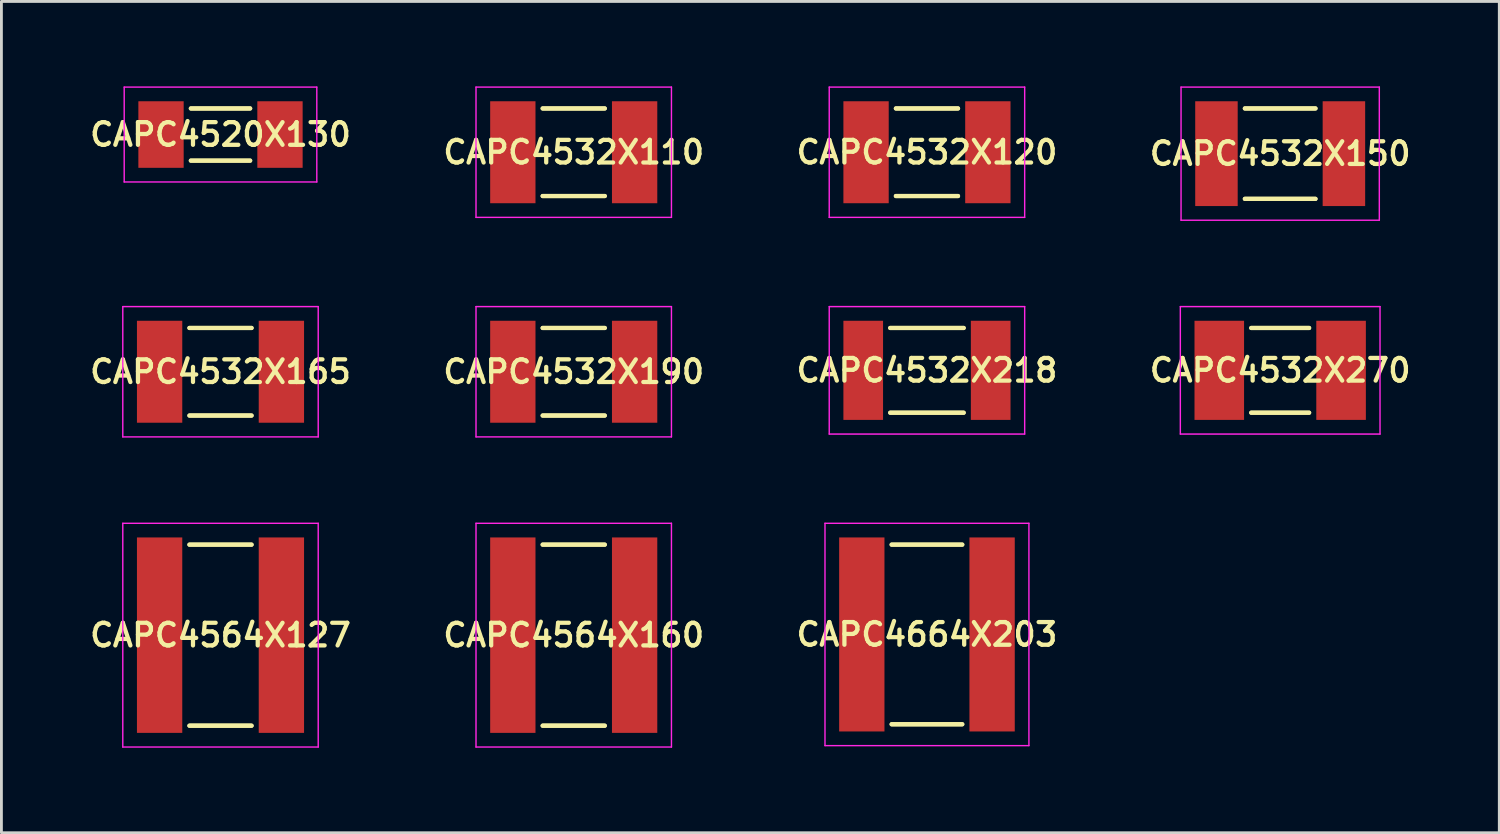
<source format=kicad_pcb>
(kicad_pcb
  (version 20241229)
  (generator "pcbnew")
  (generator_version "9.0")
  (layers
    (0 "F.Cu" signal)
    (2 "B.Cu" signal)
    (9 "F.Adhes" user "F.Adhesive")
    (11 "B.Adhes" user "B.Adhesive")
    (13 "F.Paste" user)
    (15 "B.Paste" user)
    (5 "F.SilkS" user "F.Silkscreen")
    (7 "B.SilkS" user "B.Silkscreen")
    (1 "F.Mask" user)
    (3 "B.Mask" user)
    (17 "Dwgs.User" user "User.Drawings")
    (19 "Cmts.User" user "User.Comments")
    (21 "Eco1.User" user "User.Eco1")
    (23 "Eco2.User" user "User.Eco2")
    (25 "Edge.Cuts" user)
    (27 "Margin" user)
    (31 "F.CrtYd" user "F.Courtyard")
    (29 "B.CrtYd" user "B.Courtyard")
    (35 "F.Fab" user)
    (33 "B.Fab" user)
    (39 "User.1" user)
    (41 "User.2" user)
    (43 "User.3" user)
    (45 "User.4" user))
  (footprint "CAPC4532X190"
    (layer "F.Cu")
    (at 17.206 10.075)
    (property "Reference" "CAPC4532X190" (at 0 0 0) (layer "F.SilkS") (effects (font (size 0.8 0.8) (thickness 0.15))))
    (attr smd)
    (fp_line (start -1.096 -1.546) (end 1.096 -1.546) (stroke (width 0.15) (type solid)) (layer "F.SilkS"))
    (fp_line (start -1.096 1.546) (end 1.096 1.546) (stroke (width 0.15) (type solid)) (layer "F.SilkS"))
    (fp_line (start 1.096 -1.546) (end -1.096 -1.546) (stroke (width 0.15) (type solid)) (layer "F.SilkS"))
    (fp_line (start 1.096 1.546) (end -1.096 1.546) (stroke (width 0.15) (type solid)) (layer "F.SilkS"))
    (fp_line (start -3.45 -2.3) (end 3.45 -2.3) (stroke (width 0.05) (type solid)) (layer "F.CrtYd"))
    (fp_line (start -3.45 2.3) (end -3.45 -2.3) (stroke (width 0.05) (type solid)) (layer "F.CrtYd"))
    (fp_line (start 3.45 -2.3) (end 3.45 2.3) (stroke (width 0.05) (type solid)) (layer "F.CrtYd"))
    (fp_line (start 3.45 2.3) (end -3.45 2.3) (stroke (width 0.05) (type solid)) (layer "F.CrtYd"))
    (pad "1" smd rect (at -2.15 0) (size 1.6 3.6) (layers "F.Cu" "F.Mask" "F.Paste"))
    (pad "2" smd rect (at 2.15 0) (size 1.6 3.6) (layers "F.Cu" "F.Mask" "F.Paste")))
  (footprint "CAPC4520X130"
    (layer "F.Cu")
    (at 4.735 1.7)
    (property "Reference" "CAPC4520X130" (at 0 0 0) (layer "F.SilkS") (effects (font (size 0.8 0.8) (thickness 0.15))))
    (attr smd)
    (fp_line (start -1.046 -0.921) (end 1.046 -0.921) (stroke (width 0.15) (type solid)) (layer "F.SilkS"))
    (fp_line (start -1.046 0.921) (end 1.046 0.921) (stroke (width 0.15) (type solid)) (layer "F.SilkS"))
    (fp_line (start 1.046 -0.921) (end -1.046 -0.921) (stroke (width 0.15) (type solid)) (layer "F.SilkS"))
    (fp_line (start 1.046 0.921) (end -1.046 0.921) (stroke (width 0.15) (type solid)) (layer "F.SilkS"))
    (fp_line (start -3.4 -1.675) (end 3.4 -1.675) (stroke (width 0.05) (type solid)) (layer "F.CrtYd"))
    (fp_line (start -3.4 1.675) (end -3.4 -1.675) (stroke (width 0.05) (type solid)) (layer "F.CrtYd"))
    (fp_line (start 3.4 -1.675) (end 3.4 1.675) (stroke (width 0.05) (type solid)) (layer "F.CrtYd"))
    (fp_line (start 3.4 1.675) (end -3.4 1.675) (stroke (width 0.05) (type solid)) (layer "F.CrtYd"))
    (pad "1" smd rect (at -2.1 0) (size 1.6 2.35) (layers "F.Cu" "F.Mask" "F.Paste"))
    (pad "2" smd rect (at 2.1 0) (size 1.6 2.35) (layers "F.Cu" "F.Mask" "F.Paste")))
  (footprint "CAPC4532X165"
    (layer "F.Cu")
    (at 4.735 10.075)
    (property "Reference" "CAPC4532X165" (at 0 0 0) (layer "F.SilkS") (effects (font (size 0.8 0.8) (thickness 0.15))))
    (attr smd)
    (fp_line (start -1.096 -1.546) (end 1.096 -1.546) (stroke (width 0.15) (type solid)) (layer "F.SilkS"))
    (fp_line (start -1.096 1.546) (end 1.096 1.546) (stroke (width 0.15) (type solid)) (layer "F.SilkS"))
    (fp_line (start 1.096 -1.546) (end -1.096 -1.546) (stroke (width 0.15) (type solid)) (layer "F.SilkS"))
    (fp_line (start 1.096 1.546) (end -1.096 1.546) (stroke (width 0.15) (type solid)) (layer "F.SilkS"))
    (fp_line (start -3.45 -2.3) (end 3.45 -2.3) (stroke (width 0.05) (type solid)) (layer "F.CrtYd"))
    (fp_line (start -3.45 2.3) (end -3.45 -2.3) (stroke (width 0.05) (type solid)) (layer "F.CrtYd"))
    (fp_line (start 3.45 -2.3) (end 3.45 2.3) (stroke (width 0.05) (type solid)) (layer "F.CrtYd"))
    (fp_line (start 3.45 2.3) (end -3.45 2.3) (stroke (width 0.05) (type solid)) (layer "F.CrtYd"))
    (pad "1" smd rect (at -2.15 0) (size 1.6 3.6) (layers "F.Cu" "F.Mask" "F.Paste"))
    (pad "2" smd rect (at 2.15 0) (size 1.6 3.6) (layers "F.Cu" "F.Mask" "F.Paste")))
  (footprint "CAPC4564X160"
    (layer "F.Cu")
    (at 17.206 19.375)
    (property "Reference" "CAPC4564X160" (at 0 0 0) (layer "F.SilkS") (effects (font (size 0.8 0.8) (thickness 0.15))))
    (attr smd)
    (fp_line (start -1.096 -3.196) (end 1.096 -3.196) (stroke (width 0.15) (type solid)) (layer "F.SilkS"))
    (fp_line (start -1.096 3.196) (end 1.096 3.196) (stroke (width 0.15) (type solid)) (layer "F.SilkS"))
    (fp_line (start 1.096 -3.196) (end -1.096 -3.196) (stroke (width 0.15) (type solid)) (layer "F.SilkS"))
    (fp_line (start 1.096 3.196) (end -1.096 3.196) (stroke (width 0.15) (type solid)) (layer "F.SilkS"))
    (fp_line (start -3.45 -3.95) (end 3.45 -3.95) (stroke (width 0.05) (type solid)) (layer "F.CrtYd"))
    (fp_line (start -3.45 3.95) (end -3.45 -3.95) (stroke (width 0.05) (type solid)) (layer "F.CrtYd"))
    (fp_line (start 3.45 -3.95) (end 3.45 3.95) (stroke (width 0.05) (type solid)) (layer "F.CrtYd"))
    (fp_line (start 3.45 3.95) (end -3.45 3.95) (stroke (width 0.05) (type solid)) (layer "F.CrtYd"))
    (pad "1" smd rect (at -2.15 0) (size 1.6 6.9) (layers "F.Cu" "F.Mask" "F.Paste"))
    (pad "2" smd rect (at 2.15 0) (size 1.6 6.9) (layers "F.Cu" "F.Mask" "F.Paste")))
  (footprint "CAPC4532X270"
    (layer "F.Cu")
    (at 42.148 10.025)
    (property "Reference" "CAPC4532X270" (at 0 0 0) (layer "F.SilkS") (effects (font (size 0.8 0.8) (thickness 0.15))))
    (attr smd)
    (fp_line (start -1.021 -1.496) (end 1.021 -1.496) (stroke (width 0.15) (type solid)) (layer "F.SilkS"))
    (fp_line (start -1.021 1.496) (end 1.021 1.496) (stroke (width 0.15) (type solid)) (layer "F.SilkS"))
    (fp_line (start 1.021 -1.496) (end -1.021 -1.496) (stroke (width 0.15) (type solid)) (layer "F.SilkS"))
    (fp_line (start 1.021 1.496) (end -1.021 1.496) (stroke (width 0.15) (type solid)) (layer "F.SilkS"))
    (fp_line (start -3.525 -2.25) (end 3.525 -2.25) (stroke (width 0.05) (type solid)) (layer "F.CrtYd"))
    (fp_line (start -3.525 2.25) (end -3.525 -2.25) (stroke (width 0.05) (type solid)) (layer "F.CrtYd"))
    (fp_line (start 3.525 -2.25) (end 3.525 2.25) (stroke (width 0.05) (type solid)) (layer "F.CrtYd"))
    (fp_line (start 3.525 2.25) (end -3.525 2.25) (stroke (width 0.05) (type solid)) (layer "F.CrtYd"))
    (pad "1" smd rect (at -2.15 0) (size 1.75 3.5) (layers "F.Cu" "F.Mask" "F.Paste"))
    (pad "2" smd rect (at 2.15 0) (size 1.75 3.5) (layers "F.Cu" "F.Mask" "F.Paste")))
  (footprint "CAPC4532X110"
    (layer "F.Cu")
    (at 17.206 2.325)
    (property "Reference" "CAPC4532X110" (at 0 0 0) (layer "F.SilkS") (effects (font (size 0.8 0.8) (thickness 0.15))))
    (attr smd)
    (fp_line (start -1.096 -1.546) (end 1.096 -1.546) (stroke (width 0.15) (type solid)) (layer "F.SilkS"))
    (fp_line (start -1.096 1.546) (end 1.096 1.546) (stroke (width 0.15) (type solid)) (layer "F.SilkS"))
    (fp_line (start 1.096 -1.546) (end -1.096 -1.546) (stroke (width 0.15) (type solid)) (layer "F.SilkS"))
    (fp_line (start 1.096 1.546) (end -1.096 1.546) (stroke (width 0.15) (type solid)) (layer "F.SilkS"))
    (fp_line (start -3.45 -2.3) (end 3.45 -2.3) (stroke (width 0.05) (type solid)) (layer "F.CrtYd"))
    (fp_line (start -3.45 2.3) (end -3.45 -2.3) (stroke (width 0.05) (type solid)) (layer "F.CrtYd"))
    (fp_line (start 3.45 -2.3) (end 3.45 2.3) (stroke (width 0.05) (type solid)) (layer "F.CrtYd"))
    (fp_line (start 3.45 2.3) (end -3.45 2.3) (stroke (width 0.05) (type solid)) (layer "F.CrtYd"))
    (pad "1" smd rect (at -2.15 0) (size 1.6 3.6) (layers "F.Cu" "F.Mask" "F.Paste"))
    (pad "2" smd rect (at 2.15 0) (size 1.6 3.6) (layers "F.Cu" "F.Mask" "F.Paste")))
  (footprint "CAPC4532X218"
    (layer "F.Cu")
    (at 29.677 10.025)
    (property "Reference" "CAPC4532X218" (at 0 0 0) (layer "F.SilkS") (effects (font (size 0.8 0.8) (thickness 0.15))))
    (attr smd)
    (fp_line (start -1.296 -1.496) (end 1.296 -1.496) (stroke (width 0.15) (type solid)) (layer "F.SilkS"))
    (fp_line (start -1.296 1.496) (end 1.296 1.496) (stroke (width 0.15) (type solid)) (layer "F.SilkS"))
    (fp_line (start 1.296 -1.496) (end -1.296 -1.496) (stroke (width 0.15) (type solid)) (layer "F.SilkS"))
    (fp_line (start 1.296 1.496) (end -1.296 1.496) (stroke (width 0.15) (type solid)) (layer "F.SilkS"))
    (fp_line (start -3.45 -2.25) (end 3.45 -2.25) (stroke (width 0.05) (type solid)) (layer "F.CrtYd"))
    (fp_line (start -3.45 2.25) (end -3.45 -2.25) (stroke (width 0.05) (type solid)) (layer "F.CrtYd"))
    (fp_line (start 3.45 -2.25) (end 3.45 2.25) (stroke (width 0.05) (type solid)) (layer "F.CrtYd"))
    (fp_line (start 3.45 2.25) (end -3.45 2.25) (stroke (width 0.05) (type solid)) (layer "F.CrtYd"))
    (pad "1" smd rect (at -2.25 0) (size 1.4 3.5) (layers "F.Cu" "F.Mask" "F.Paste"))
    (pad "2" smd rect (at 2.25 0) (size 1.4 3.5) (layers "F.Cu" "F.Mask" "F.Paste")))
  (footprint "CAPC4532X150"
    (layer "F.Cu")
    (at 42.148 2.375)
    (property "Reference" "CAPC4532X150" (at 0 0 0) (layer "F.SilkS") (effects (font (size 0.8 0.8) (thickness 0.15))))
    (attr smd)
    (fp_line (start -1.246 -1.596) (end 1.246 -1.596) (stroke (width 0.15) (type solid)) (layer "F.SilkS"))
    (fp_line (start -1.246 1.596) (end 1.246 1.596) (stroke (width 0.15) (type solid)) (layer "F.SilkS"))
    (fp_line (start 1.246 -1.596) (end -1.246 -1.596) (stroke (width 0.15) (type solid)) (layer "F.SilkS"))
    (fp_line (start 1.246 1.596) (end -1.246 1.596) (stroke (width 0.15) (type solid)) (layer "F.SilkS"))
    (fp_line (start -3.5 -2.35) (end 3.5 -2.35) (stroke (width 0.05) (type solid)) (layer "F.CrtYd"))
    (fp_line (start -3.5 2.35) (end -3.5 -2.35) (stroke (width 0.05) (type solid)) (layer "F.CrtYd"))
    (fp_line (start 3.5 -2.35) (end 3.5 2.35) (stroke (width 0.05) (type solid)) (layer "F.CrtYd"))
    (fp_line (start 3.5 2.35) (end -3.5 2.35) (stroke (width 0.05) (type solid)) (layer "F.CrtYd"))
    (pad "1" smd rect (at -2.25 0) (size 1.5 3.7) (layers "F.Cu" "F.Mask" "F.Paste"))
    (pad "2" smd rect (at 2.25 0) (size 1.5 3.7) (layers "F.Cu" "F.Mask" "F.Paste")))
  (footprint "CAPC4532X120"
    (layer "F.Cu")
    (at 29.677 2.325)
    (property "Reference" "CAPC4532X120" (at 0 0 0) (layer "F.SilkS") (effects (font (size 0.8 0.8) (thickness 0.15))))
    (attr smd)
    (fp_line (start -1.096 -1.546) (end 1.096 -1.546) (stroke (width 0.15) (type solid)) (layer "F.SilkS"))
    (fp_line (start -1.096 1.546) (end 1.096 1.546) (stroke (width 0.15) (type solid)) (layer "F.SilkS"))
    (fp_line (start 1.096 -1.546) (end -1.096 -1.546) (stroke (width 0.15) (type solid)) (layer "F.SilkS"))
    (fp_line (start 1.096 1.546) (end -1.096 1.546) (stroke (width 0.15) (type solid)) (layer "F.SilkS"))
    (fp_line (start -3.45 -2.3) (end 3.45 -2.3) (stroke (width 0.05) (type solid)) (layer "F.CrtYd"))
    (fp_line (start -3.45 2.3) (end -3.45 -2.3) (stroke (width 0.05) (type solid)) (layer "F.CrtYd"))
    (fp_line (start 3.45 -2.3) (end 3.45 2.3) (stroke (width 0.05) (type solid)) (layer "F.CrtYd"))
    (fp_line (start 3.45 2.3) (end -3.45 2.3) (stroke (width 0.05) (type solid)) (layer "F.CrtYd"))
    (pad "1" smd rect (at -2.15 0) (size 1.6 3.6) (layers "F.Cu" "F.Mask" "F.Paste"))
    (pad "2" smd rect (at 2.15 0) (size 1.6 3.6) (layers "F.Cu" "F.Mask" "F.Paste")))
  (footprint "CAPC4564X127"
    (layer "F.Cu")
    (at 4.735 19.375)
    (property "Reference" "CAPC4564X127" (at 0 0 0) (layer "F.SilkS") (effects (font (size 0.8 0.8) (thickness 0.15))))
    (attr smd)
    (fp_line (start -1.096 -3.196) (end 1.096 -3.196) (stroke (width 0.15) (type solid)) (layer "F.SilkS"))
    (fp_line (start -1.096 3.196) (end 1.096 3.196) (stroke (width 0.15) (type solid)) (layer "F.SilkS"))
    (fp_line (start 1.096 -3.196) (end -1.096 -3.196) (stroke (width 0.15) (type solid)) (layer "F.SilkS"))
    (fp_line (start 1.096 3.196) (end -1.096 3.196) (stroke (width 0.15) (type solid)) (layer "F.SilkS"))
    (fp_line (start -3.45 -3.95) (end 3.45 -3.95) (stroke (width 0.05) (type solid)) (layer "F.CrtYd"))
    (fp_line (start -3.45 3.95) (end -3.45 -3.95) (stroke (width 0.05) (type solid)) (layer "F.CrtYd"))
    (fp_line (start 3.45 -3.95) (end 3.45 3.95) (stroke (width 0.05) (type solid)) (layer "F.CrtYd"))
    (fp_line (start 3.45 3.95) (end -3.45 3.95) (stroke (width 0.05) (type solid)) (layer "F.CrtYd"))
    (pad "1" smd rect (at -2.15 0) (size 1.6 6.9) (layers "F.Cu" "F.Mask" "F.Paste"))
    (pad "2" smd rect (at 2.15 0) (size 1.6 6.9) (layers "F.Cu" "F.Mask" "F.Paste")))
  (footprint "CAPC4664X203"
    (layer "F.Cu")
    (at 29.677 19.35)
    (property "Reference" "CAPC4664X203" (at 0 0 0) (layer "F.SilkS") (effects (font (size 0.8 0.8) (thickness 0.15))))
    (attr smd)
    (fp_line (start -1.246 -3.171) (end 1.246 -3.171) (stroke (width 0.15) (type solid)) (layer "F.SilkS"))
    (fp_line (start -1.246 3.171) (end 1.246 3.171) (stroke (width 0.15) (type solid)) (layer "F.SilkS"))
    (fp_line (start 1.246 -3.171) (end -1.246 -3.171) (stroke (width 0.15) (type solid)) (layer "F.SilkS"))
    (fp_line (start 1.246 3.171) (end -1.246 3.171) (stroke (width 0.15) (type solid)) (layer "F.SilkS"))
    (fp_line (start -3.6 -3.925) (end 3.6 -3.925) (stroke (width 0.05) (type solid)) (layer "F.CrtYd"))
    (fp_line (start -3.6 3.925) (end -3.6 -3.925) (stroke (width 0.05) (type solid)) (layer "F.CrtYd"))
    (fp_line (start 3.6 -3.925) (end 3.6 3.925) (stroke (width 0.05) (type solid)) (layer "F.CrtYd"))
    (fp_line (start 3.6 3.925) (end -3.6 3.925) (stroke (width 0.05) (type solid)) (layer "F.CrtYd"))
    (pad "1" smd rect (at -2.3 0) (size 1.6 6.85) (layers "F.Cu" "F.Mask" "F.Paste"))
    (pad "2" smd rect (at 2.3 0) (size 1.6 6.85) (layers "F.Cu" "F.Mask" "F.Paste")))
  (gr_rect
    (start -3 -3)
    (end 49.884 26.35)
    (stroke (width 0.1) (type default))
    (fill no)
    (layer "Edge.Cuts")))
</source>
